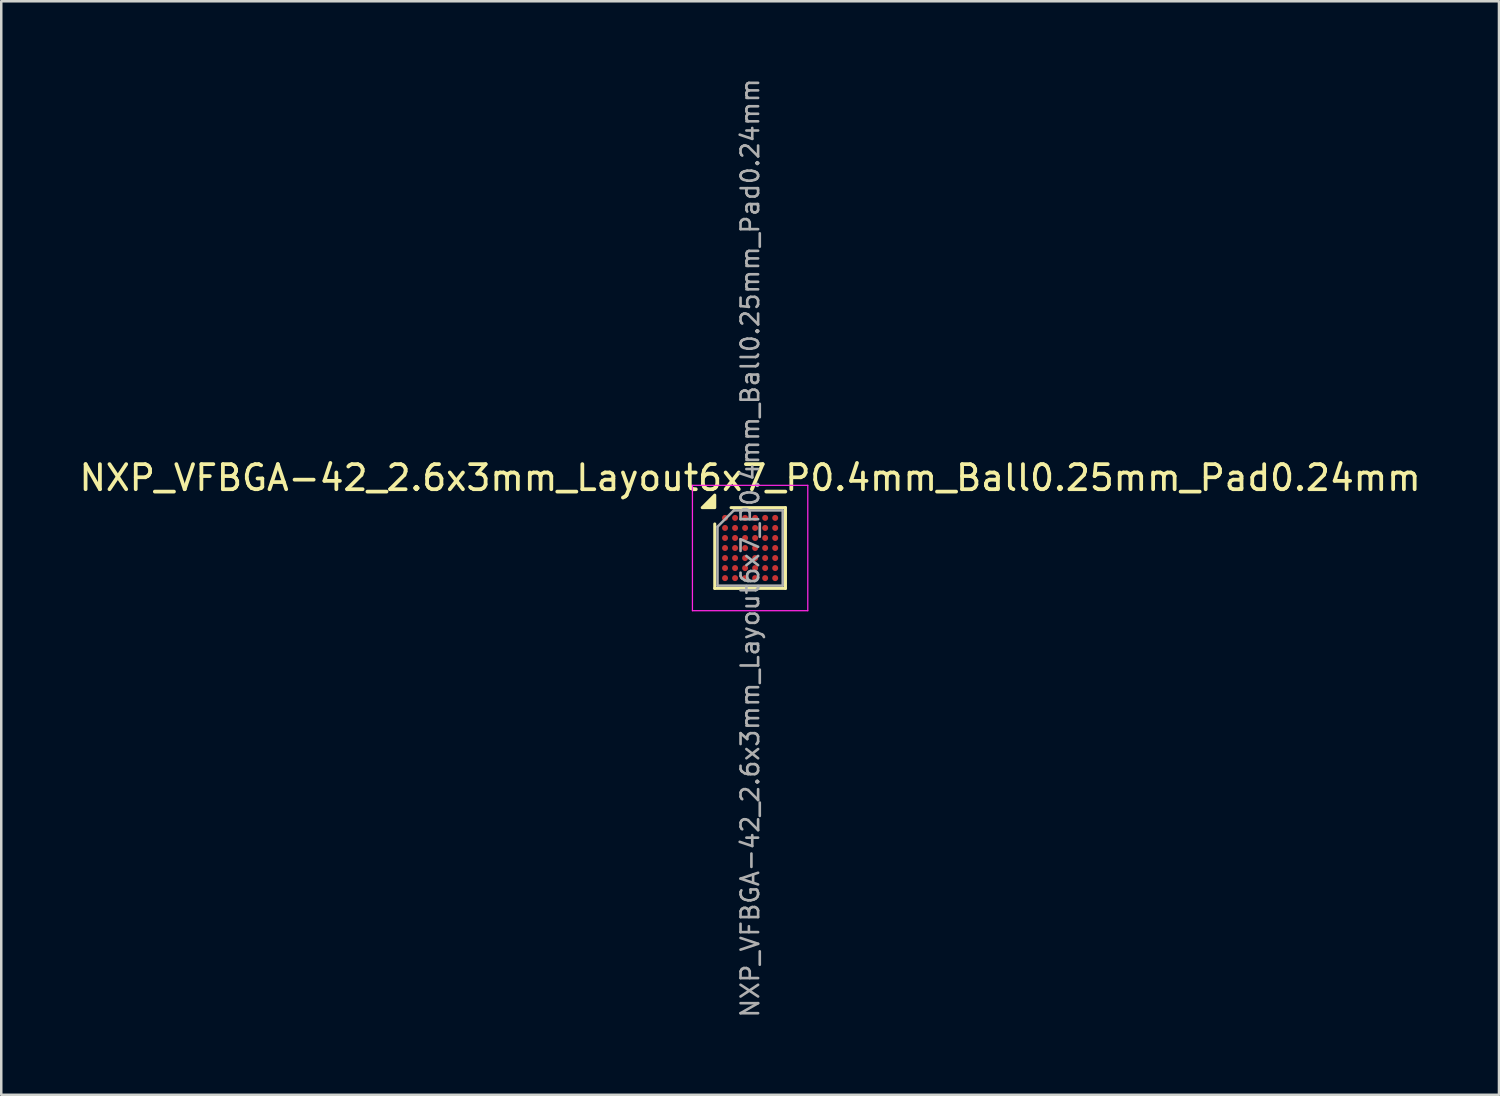
<source format=kicad_pcb>
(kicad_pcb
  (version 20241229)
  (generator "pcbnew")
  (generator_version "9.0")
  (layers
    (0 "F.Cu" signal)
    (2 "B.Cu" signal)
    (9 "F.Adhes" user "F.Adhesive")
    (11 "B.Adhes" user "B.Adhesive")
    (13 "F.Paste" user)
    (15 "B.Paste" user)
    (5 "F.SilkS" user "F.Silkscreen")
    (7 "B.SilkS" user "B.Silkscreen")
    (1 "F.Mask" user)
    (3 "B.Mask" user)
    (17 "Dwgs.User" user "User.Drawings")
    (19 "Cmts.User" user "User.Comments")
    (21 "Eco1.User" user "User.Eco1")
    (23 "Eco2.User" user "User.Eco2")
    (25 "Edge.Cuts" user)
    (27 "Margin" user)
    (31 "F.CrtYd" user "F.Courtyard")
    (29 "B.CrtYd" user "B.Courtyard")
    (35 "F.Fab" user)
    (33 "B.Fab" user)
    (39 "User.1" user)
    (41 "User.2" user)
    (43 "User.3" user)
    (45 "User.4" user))
  (footprint "NXP_VFBGA-42_2.6x3mm_Layout6x7_P0.4mm_Ball0.25mm_Pad0.24mm"
    (layer "F.Cu")
    (at 26.863 18.804)
    (property "Reference" "NXP_VFBGA-42_2.6x3mm_Layout6x7_P0.4mm_Ball0.25mm_Pad0.24mm" (at 0 -2.8 0) (layer "F.SilkS") (effects (font (size 1 1) (thickness 0.15))))
    (attr smd)
    (fp_line (start -1.41 1.61) (end -1.41 -0.96) (stroke (width 0.12) (type solid)) (layer "F.SilkS"))
    (fp_line (start -0.76 -1.61) (end 1.41 -1.61) (stroke (width 0.12) (type solid)) (layer "F.SilkS"))
    (fp_line (start 1.41 -1.61) (end 1.41 1.61) (stroke (width 0.12) (type solid)) (layer "F.SilkS"))
    (fp_line (start 1.41 1.61) (end -1.41 1.61) (stroke (width 0.12) (type solid)) (layer "F.SilkS"))
    (fp_poly (pts (xy -1.41 -1.61) (xy -1.91 -1.61) (xy -1.41 -2.11) (xy -1.41 -1.61)) (stroke (width 0.12) (type solid)) (fill yes) (layer "F.SilkS"))
    (fp_line (start -2.3 -2.5) (end -2.3 2.5) (stroke (width 0.05) (type solid)) (layer "F.CrtYd"))
    (fp_line (start -2.3 2.5) (end 2.3 2.5) (stroke (width 0.05) (type solid)) (layer "F.CrtYd"))
    (fp_line (start 2.3 -2.5) (end -2.3 -2.5) (stroke (width 0.05) (type solid)) (layer "F.CrtYd"))
    (fp_line (start 2.3 2.5) (end 2.3 -2.5) (stroke (width 0.05) (type solid)) (layer "F.CrtYd"))
    (fp_line (start -1.3 -0.85) (end -0.65 -1.5) (stroke (width 0.1) (type solid)) (layer "F.Fab"))
    (fp_line (start -1.3 1.5) (end -1.3 -0.85) (stroke (width 0.1) (type solid)) (layer "F.Fab"))
    (fp_line (start -0.65 -1.5) (end 1.3 -1.5) (stroke (width 0.1) (type solid)) (layer "F.Fab"))
    (fp_line (start 1.3 -1.5) (end 1.3 1.5) (stroke (width 0.1) (type solid)) (layer "F.Fab"))
    (fp_line (start 1.3 1.5) (end -1.3 1.5) (stroke (width 0.1) (type solid)) (layer "F.Fab"))
    (fp_text user "${REFERENCE}" (at 0 0 270) (layer "F.Fab") (effects (font (size 0.7 0.7) (thickness 0.105))))
    (pad "A1" smd circle (at -1 -1.2) (size 0.24 0.24) (property pad_prop_bga) (layers "F.Cu" "F.Mask" "F.Paste"))
    (pad "A2" smd circle (at -0.6 -1.2) (size 0.24 0.24) (property pad_prop_bga) (layers "F.Cu" "F.Mask" "F.Paste"))
    (pad "A3" smd circle (at -0.2 -1.2) (size 0.24 0.24) (property pad_prop_bga) (layers "F.Cu" "F.Mask" "F.Paste"))
    (pad "A4" smd circle (at 0.2 -1.2) (size 0.24 0.24) (property pad_prop_bga) (layers "F.Cu" "F.Mask" "F.Paste"))
    (pad "A5" smd circle (at 0.6 -1.2) (size 0.24 0.24) (property pad_prop_bga) (layers "F.Cu" "F.Mask" "F.Paste"))
    (pad "A6" smd circle (at 1 -1.2) (size 0.24 0.24) (property pad_prop_bga) (layers "F.Cu" "F.Mask" "F.Paste"))
    (pad "B1" smd circle (at -1 -0.8) (size 0.24 0.24) (property pad_prop_bga) (layers "F.Cu" "F.Mask" "F.Paste"))
    (pad "B2" smd circle (at -0.6 -0.8) (size 0.24 0.24) (property pad_prop_bga) (layers "F.Cu" "F.Mask" "F.Paste"))
    (pad "B3" smd circle (at -0.2 -0.8) (size 0.24 0.24) (property pad_prop_bga) (layers "F.Cu" "F.Mask" "F.Paste"))
    (pad "B4" smd circle (at 0.2 -0.8) (size 0.24 0.24) (property pad_prop_bga) (layers "F.Cu" "F.Mask" "F.Paste"))
    (pad "B5" smd circle (at 0.6 -0.8) (size 0.24 0.24) (property pad_prop_bga) (layers "F.Cu" "F.Mask" "F.Paste"))
    (pad "B6" smd circle (at 1 -0.8) (size 0.24 0.24) (property pad_prop_bga) (layers "F.Cu" "F.Mask" "F.Paste"))
    (pad "C1" smd circle (at -1 -0.4) (size 0.24 0.24) (property pad_prop_bga) (layers "F.Cu" "F.Mask" "F.Paste"))
    (pad "C2" smd circle (at -0.6 -0.4) (size 0.24 0.24) (property pad_prop_bga) (layers "F.Cu" "F.Mask" "F.Paste"))
    (pad "C3" smd circle (at -0.2 -0.4) (size 0.24 0.24) (property pad_prop_bga) (layers "F.Cu" "F.Mask" "F.Paste"))
    (pad "C4" smd circle (at 0.2 -0.4) (size 0.24 0.24) (property pad_prop_bga) (layers "F.Cu" "F.Mask" "F.Paste"))
    (pad "C5" smd circle (at 0.6 -0.4) (size 0.24 0.24) (property pad_prop_bga) (layers "F.Cu" "F.Mask" "F.Paste"))
    (pad "C6" smd circle (at 1 -0.4) (size 0.24 0.24) (property pad_prop_bga) (layers "F.Cu" "F.Mask" "F.Paste"))
    (pad "D1" smd circle (at -1 0) (size 0.24 0.24) (property pad_prop_bga) (layers "F.Cu" "F.Mask" "F.Paste"))
    (pad "D2" smd circle (at -0.6 0) (size 0.24 0.24) (property pad_prop_bga) (layers "F.Cu" "F.Mask" "F.Paste"))
    (pad "D3" smd circle (at -0.2 0) (size 0.24 0.24) (property pad_prop_bga) (layers "F.Cu" "F.Mask" "F.Paste"))
    (pad "D4" smd circle (at 0.2 0) (size 0.24 0.24) (property pad_prop_bga) (layers "F.Cu" "F.Mask" "F.Paste"))
    (pad "D5" smd circle (at 0.6 0) (size 0.24 0.24) (property pad_prop_bga) (layers "F.Cu" "F.Mask" "F.Paste"))
    (pad "D6" smd circle (at 1 0) (size 0.24 0.24) (property pad_prop_bga) (layers "F.Cu" "F.Mask" "F.Paste"))
    (pad "E1" smd circle (at -1 0.4) (size 0.24 0.24) (property pad_prop_bga) (layers "F.Cu" "F.Mask" "F.Paste"))
    (pad "E2" smd circle (at -0.6 0.4) (size 0.24 0.24) (property pad_prop_bga) (layers "F.Cu" "F.Mask" "F.Paste"))
    (pad "E3" smd circle (at -0.2 0.4) (size 0.24 0.24) (property pad_prop_bga) (layers "F.Cu" "F.Mask" "F.Paste"))
    (pad "E4" smd circle (at 0.2 0.4) (size 0.24 0.24) (property pad_prop_bga) (layers "F.Cu" "F.Mask" "F.Paste"))
    (pad "E5" smd circle (at 0.6 0.4) (size 0.24 0.24) (property pad_prop_bga) (layers "F.Cu" "F.Mask" "F.Paste"))
    (pad "E6" smd circle (at 1 0.4) (size 0.24 0.24) (property pad_prop_bga) (layers "F.Cu" "F.Mask" "F.Paste"))
    (pad "F1" smd circle (at -1 0.8) (size 0.24 0.24) (property pad_prop_bga) (layers "F.Cu" "F.Mask" "F.Paste"))
    (pad "F2" smd circle (at -0.6 0.8) (size 0.24 0.24) (property pad_prop_bga) (layers "F.Cu" "F.Mask" "F.Paste"))
    (pad "F3" smd circle (at -0.2 0.8) (size 0.24 0.24) (property pad_prop_bga) (layers "F.Cu" "F.Mask" "F.Paste"))
    (pad "F4" smd circle (at 0.2 0.8) (size 0.24 0.24) (property pad_prop_bga) (layers "F.Cu" "F.Mask" "F.Paste"))
    (pad "F5" smd circle (at 0.6 0.8) (size 0.24 0.24) (property pad_prop_bga) (layers "F.Cu" "F.Mask" "F.Paste"))
    (pad "F6" smd circle (at 1 0.8) (size 0.24 0.24) (property pad_prop_bga) (layers "F.Cu" "F.Mask" "F.Paste"))
    (pad "G1" smd circle (at -1 1.2) (size 0.24 0.24) (property pad_prop_bga) (layers "F.Cu" "F.Mask" "F.Paste"))
    (pad "G2" smd circle (at -0.6 1.2) (size 0.24 0.24) (property pad_prop_bga) (layers "F.Cu" "F.Mask" "F.Paste"))
    (pad "G3" smd circle (at -0.2 1.2) (size 0.24 0.24) (property pad_prop_bga) (layers "F.Cu" "F.Mask" "F.Paste"))
    (pad "G4" smd circle (at 0.2 1.2) (size 0.24 0.24) (property pad_prop_bga) (layers "F.Cu" "F.Mask" "F.Paste"))
    (pad "G5" smd circle (at 0.6 1.2) (size 0.24 0.24) (property pad_prop_bga) (layers "F.Cu" "F.Mask" "F.Paste"))
    (pad "G6" smd circle (at 1 1.2) (size 0.24 0.24) (property pad_prop_bga) (layers "F.Cu" "F.Mask" "F.Paste")))
  (gr_rect
    (start -3 -3)
    (end 56.726 40.608)
    (stroke (width 0.1) (type default))
    (fill no)
    (layer "Edge.Cuts")))
</source>
